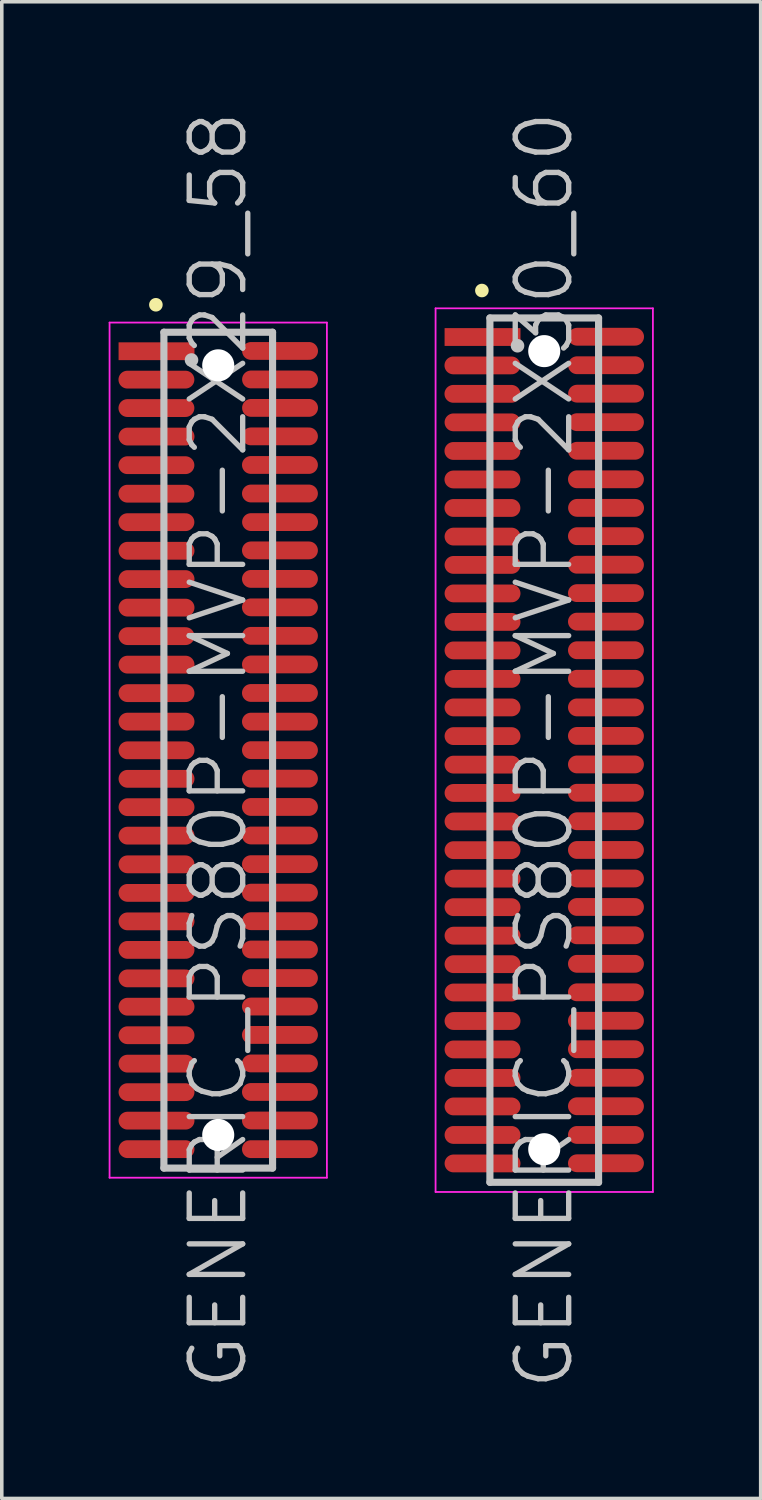
<source format=kicad_pcb>
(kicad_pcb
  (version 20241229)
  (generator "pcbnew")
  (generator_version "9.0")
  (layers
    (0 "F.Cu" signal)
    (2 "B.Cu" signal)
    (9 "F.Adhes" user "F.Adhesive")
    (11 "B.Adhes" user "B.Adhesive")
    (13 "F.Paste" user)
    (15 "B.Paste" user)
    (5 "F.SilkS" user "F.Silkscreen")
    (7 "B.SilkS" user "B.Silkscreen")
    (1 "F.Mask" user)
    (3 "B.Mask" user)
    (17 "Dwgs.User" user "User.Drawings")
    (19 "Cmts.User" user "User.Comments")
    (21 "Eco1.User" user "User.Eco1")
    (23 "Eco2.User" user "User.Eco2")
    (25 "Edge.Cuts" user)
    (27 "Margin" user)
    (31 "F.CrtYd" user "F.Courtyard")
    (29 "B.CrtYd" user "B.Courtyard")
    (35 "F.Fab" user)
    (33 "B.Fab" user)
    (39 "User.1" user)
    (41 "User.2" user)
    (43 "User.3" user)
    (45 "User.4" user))
  (footprint "GENERIC_PS80P-MVP-2X30_60"
    (layer "F.Cu")
    (at 12.225 18.004)
    (property "Reference" "GENERIC_PS80P-MVP-2X30_60" (at 0 0 90) (layer "Dwgs.User") (effects (font (size 1.5 1.5) (thickness 0.15))))
    (attr smd)
    (fp_line (start -1.75 -12.9) (end -1.75 -12.9) (stroke (width 0.381) (type solid)) (layer "F.SilkS"))
    (fp_line (start -1.525 -12.13) (end -1.525 12.13) (stroke (width 0.2) (type solid)) (layer "Dwgs.User"))
    (fp_line (start -1.525 -12.13) (end 1.525 -12.13) (stroke (width 0.2) (type solid)) (layer "Dwgs.User"))
    (fp_line (start -1.525 12.13) (end 1.525 12.13) (stroke (width 0.2) (type solid)) (layer "Dwgs.User"))
    (fp_line (start -0.75 -11.35) (end -0.75 -11.35) (stroke (width 0.381) (type solid)) (layer "Dwgs.User"))
    (fp_line (start 1.525 -12.13) (end 1.525 12.13) (stroke (width 0.2) (type solid)) (layer "Dwgs.User"))
    (fp_line (start -3.05 -12.4) (end -3.05 12.4) (stroke (width 0.05) (type solid)) (layer "F.CrtYd"))
    (fp_line (start -3.05 -12.4) (end 3.05 -12.4) (stroke (width 0.05) (type solid)) (layer "F.CrtYd"))
    (fp_line (start -3.05 12.4) (end 3.05 12.4) (stroke (width 0.05) (type solid)) (layer "F.CrtYd"))
    (fp_line (start 3.05 -12.4) (end 3.05 12.4) (stroke (width 0.05) (type solid)) (layer "F.CrtYd"))
    (pad "" np_thru_hole circle (at 0 -11.199 270) (size 0.9 0.9) (drill 0.9) (layers "*.Cu" "*.Mask"))
    (pad "" np_thru_hole circle (at 0 11.201 270) (size 0.9 0.9) (drill 0.9) (layers "*.Cu" "*.Mask"))
    (pad "1" smd rect (at -1.732 -11.595 270) (size 0.5 2.13) (layers "F.Cu" "F.Mask" "F.Paste"))
    (pad "2" smd oval (at 1.735 -11.603 270) (size 0.5 2.13) (layers "F.Cu" "F.Mask" "F.Paste"))
    (pad "3" smd oval (at -1.735 -10.798 270) (size 0.5 2.13) (layers "F.Cu" "F.Mask" "F.Paste"))
    (pad "4" smd oval (at 1.735 -10.803 270) (size 0.5 2.13) (layers "F.Cu" "F.Mask" "F.Paste"))
    (pad "5" smd oval (at -1.735 -10 270) (size 0.5 2.13) (layers "F.Cu" "F.Mask" "F.Paste"))
    (pad "6" smd oval (at 1.735 -10.005 270) (size 0.5 2.13) (layers "F.Cu" "F.Mask" "F.Paste"))
    (pad "7" smd oval (at -1.732 -9.2 270) (size 0.5 2.13) (layers "F.Cu" "F.Mask" "F.Paste"))
    (pad "8" smd oval (at 1.732 -9.205 270) (size 0.5 2.13) (layers "F.Cu" "F.Mask" "F.Paste"))
    (pad "9" smd oval (at -1.735 -8.397 270) (size 0.5 2.13) (layers "F.Cu" "F.Mask" "F.Paste"))
    (pad "10" smd oval (at 1.732 -8.402 270) (size 0.5 2.13) (layers "F.Cu" "F.Mask" "F.Paste"))
    (pad "11" smd oval (at -1.735 -7.597 270) (size 0.5 2.13) (layers "F.Cu" "F.Mask" "F.Paste"))
    (pad "12" smd oval (at 1.732 -7.602 270) (size 0.5 2.13) (layers "F.Cu" "F.Mask" "F.Paste"))
    (pad "13" smd oval (at -1.735 -6.797 270) (size 0.5 2.13) (layers "F.Cu" "F.Mask" "F.Paste"))
    (pad "14" smd oval (at 1.735 -6.8 270) (size 0.5 2.13) (layers "F.Cu" "F.Mask" "F.Paste"))
    (pad "15" smd oval (at -1.732 -5.994 270) (size 0.5 2.13) (layers "F.Cu" "F.Mask" "F.Paste"))
    (pad "16" smd oval (at 1.732 -6.005 270) (size 0.5 2.13) (layers "F.Cu" "F.Mask" "F.Paste"))
    (pad "17" smd oval (at -1.732 -5.199 270) (size 0.5 2.13) (layers "F.Cu" "F.Mask" "F.Paste"))
    (pad "18" smd oval (at 1.732 -5.204 270) (size 0.5 2.13) (layers "F.Cu" "F.Mask" "F.Paste"))
    (pad "19" smd oval (at -1.732 -4.399 270) (size 0.5 2.13) (layers "F.Cu" "F.Mask" "F.Paste"))
    (pad "20" smd oval (at 1.732 -4.407 270) (size 0.5 2.13) (layers "F.Cu" "F.Mask" "F.Paste"))
    (pad "21" smd oval (at -1.732 -3.599 270) (size 0.5 2.13) (layers "F.Cu" "F.Mask" "F.Paste"))
    (pad "22" smd oval (at 1.732 -3.607 270) (size 0.5 2.13) (layers "F.Cu" "F.Mask" "F.Paste"))
    (pad "23" smd oval (at -1.732 -2.799 270) (size 0.5 2.13) (layers "F.Cu" "F.Mask" "F.Paste"))
    (pad "24" smd oval (at 1.732 -2.804 270) (size 0.5 2.13) (layers "F.Cu" "F.Mask" "F.Paste"))
    (pad "25" smd oval (at -1.732 -1.999 270) (size 0.5 2.13) (layers "F.Cu" "F.Mask" "F.Paste"))
    (pad "26" smd oval (at 1.732 -2.004 270) (size 0.5 2.13) (layers "F.Cu" "F.Mask" "F.Paste"))
    (pad "27" smd oval (at -1.732 -1.199 270) (size 0.5 2.13) (layers "F.Cu" "F.Mask" "F.Paste"))
    (pad "28" smd oval (at 1.732 -1.199 270) (size 0.5 2.13) (layers "F.Cu" "F.Mask" "F.Paste"))
    (pad "29" smd oval (at -1.732 -0.394 270) (size 0.5 2.13) (layers "F.Cu" "F.Mask" "F.Paste"))
    (pad "30" smd oval (at 1.732 -0.399 270) (size 0.5 2.13) (layers "F.Cu" "F.Mask" "F.Paste"))
    (pad "31" smd oval (at -1.732 0.406 270) (size 0.5 2.13) (layers "F.Cu" "F.Mask" "F.Paste"))
    (pad "32" smd oval (at 1.732 0.401 270) (size 0.5 2.13) (layers "F.Cu" "F.Mask" "F.Paste"))
    (pad "33" smd oval (at -1.732 1.201 270) (size 0.5 2.13) (layers "F.Cu" "F.Mask" "F.Paste"))
    (pad "34" smd oval (at 1.732 1.196 270) (size 0.5 2.13) (layers "F.Cu" "F.Mask" "F.Paste"))
    (pad "35" smd oval (at -1.732 2.002 270) (size 0.5 2.13) (layers "F.Cu" "F.Mask" "F.Paste"))
    (pad "36" smd oval (at 1.732 1.996 270) (size 0.5 2.13) (layers "F.Cu" "F.Mask" "F.Paste"))
    (pad "37" smd oval (at -1.732 2.807 270) (size 0.5 2.13) (layers "F.Cu" "F.Mask" "F.Paste"))
    (pad "38" smd oval (at 1.732 2.802 270) (size 0.5 2.13) (layers "F.Cu" "F.Mask" "F.Paste"))
    (pad "39" smd oval (at -1.732 3.607 270) (size 0.5 2.13) (layers "F.Cu" "F.Mask" "F.Paste"))
    (pad "40" smd oval (at 1.732 3.602 270) (size 0.5 2.13) (layers "F.Cu" "F.Mask" "F.Paste"))
    (pad "41" smd oval (at -1.732 4.407 270) (size 0.5 2.13) (layers "F.Cu" "F.Mask" "F.Paste"))
    (pad "42" smd oval (at 1.732 4.402 270) (size 0.5 2.13) (layers "F.Cu" "F.Mask" "F.Paste"))
    (pad "43" smd oval (at -1.732 5.207 270) (size 0.5 2.13) (layers "F.Cu" "F.Mask" "F.Paste"))
    (pad "44" smd oval (at 1.732 5.197 270) (size 0.5 2.13) (layers "F.Cu" "F.Mask" "F.Paste"))
    (pad "45" smd oval (at -1.732 6.007 270) (size 0.5 2.13) (layers "F.Cu" "F.Mask" "F.Paste"))
    (pad "46" smd oval (at 1.732 5.997 270) (size 0.5 2.13) (layers "F.Cu" "F.Mask" "F.Paste"))
    (pad "47" smd oval (at -1.732 6.802 270) (size 0.5 2.13) (layers "F.Cu" "F.Mask" "F.Paste"))
    (pad "48" smd oval (at 1.732 6.797 270) (size 0.5 2.13) (layers "F.Cu" "F.Mask" "F.Paste"))
    (pad "49" smd oval (at -1.732 7.602 270) (size 0.5 2.13) (layers "F.Cu" "F.Mask" "F.Paste"))
    (pad "50" smd oval (at 1.732 7.595 270) (size 0.5 2.13) (layers "F.Cu" "F.Mask" "F.Paste"))
    (pad "51" smd oval (at -1.732 8.4 270) (size 0.5 2.13) (layers "F.Cu" "F.Mask" "F.Paste"))
    (pad "52" smd oval (at 1.732 8.395 270) (size 0.5 2.13) (layers "F.Cu" "F.Mask" "F.Paste"))
    (pad "53" smd oval (at -1.732 9.2 270) (size 0.5 2.13) (layers "F.Cu" "F.Mask" "F.Paste"))
    (pad "54" smd oval (at 1.732 9.195 270) (size 0.5 2.13) (layers "F.Cu" "F.Mask" "F.Paste"))
    (pad "55" smd oval (at -1.732 10 270) (size 0.5 2.13) (layers "F.Cu" "F.Mask" "F.Paste"))
    (pad "56" smd oval (at 1.732 9.995 270) (size 0.5 2.13) (layers "F.Cu" "F.Mask" "F.Paste"))
    (pad "57" smd oval (at -1.732 10.8 270) (size 0.5 2.13) (layers "F.Cu" "F.Mask" "F.Paste"))
    (pad "58" smd oval (at 1.732 10.8 270) (size 0.5 2.13) (layers "F.Cu" "F.Mask" "F.Paste"))
    (pad "59" smd oval (at -1.732 11.6 270) (size 0.5 2.13) (layers "F.Cu" "F.Mask" "F.Paste"))
    (pad "60" smd oval (at 1.732 11.595 270) (size 0.5 2.13) (layers "F.Cu" "F.Mask" "F.Paste")))
  (footprint "GENERIC_PS80P-MVP-2X29_58"
    (layer "F.Cu")
    (at 3.075 18.004)
    (property "Reference" "GENERIC_PS80P-MVP-2X29_58" (at 0 0 90) (layer "Dwgs.User") (effects (font (size 1.5 1.5) (thickness 0.15))))
    (attr smd)
    (fp_line (start -1.75 -12.5) (end -1.75 -12.5) (stroke (width 0.381) (type solid)) (layer "F.SilkS"))
    (fp_line (start -1.525 -11.73) (end -1.525 11.73) (stroke (width 0.2) (type solid)) (layer "Dwgs.User"))
    (fp_line (start -1.525 -11.73) (end 1.525 -11.73) (stroke (width 0.2) (type solid)) (layer "Dwgs.User"))
    (fp_line (start -1.525 11.73) (end 1.525 11.73) (stroke (width 0.2) (type solid)) (layer "Dwgs.User"))
    (fp_line (start -0.75 -10.95) (end -0.75 -10.95) (stroke (width 0.381) (type solid)) (layer "Dwgs.User"))
    (fp_line (start 1.525 -11.73) (end 1.525 11.73) (stroke (width 0.2) (type solid)) (layer "Dwgs.User"))
    (fp_line (start -3.05 -12) (end -3.05 12) (stroke (width 0.05) (type solid)) (layer "F.CrtYd"))
    (fp_line (start -3.05 -12) (end 3.05 -12) (stroke (width 0.05) (type solid)) (layer "F.CrtYd"))
    (fp_line (start -3.05 12) (end 3.05 12) (stroke (width 0.05) (type solid)) (layer "F.CrtYd"))
    (fp_line (start 3.05 -12) (end 3.05 12) (stroke (width 0.05) (type solid)) (layer "F.CrtYd"))
    (pad "" np_thru_hole circle (at 0 -10.8 270) (size 0.9 0.9) (drill 0.9) (layers "*.Cu" "*.Mask"))
    (pad "" np_thru_hole circle (at 0 10.8 270) (size 0.9 0.9) (drill 0.9) (layers "*.Cu" "*.Mask"))
    (pad "1" smd rect (at -1.732 -11.196 270) (size 0.5 2.13) (layers "F.Cu" "F.Mask" "F.Paste"))
    (pad "2" smd oval (at 1.735 -11.204 270) (size 0.5 2.13) (layers "F.Cu" "F.Mask" "F.Paste"))
    (pad "3" smd oval (at -1.735 -10.399 270) (size 0.5 2.13) (layers "F.Cu" "F.Mask" "F.Paste"))
    (pad "4" smd oval (at 1.735 -10.404 270) (size 0.5 2.13) (layers "F.Cu" "F.Mask" "F.Paste"))
    (pad "5" smd oval (at -1.735 -9.601 270) (size 0.5 2.13) (layers "F.Cu" "F.Mask" "F.Paste"))
    (pad "6" smd oval (at 1.735 -9.606 270) (size 0.5 2.13) (layers "F.Cu" "F.Mask" "F.Paste"))
    (pad "7" smd oval (at -1.732 -8.801 270) (size 0.5 2.13) (layers "F.Cu" "F.Mask" "F.Paste"))
    (pad "8" smd oval (at 1.732 -8.806 270) (size 0.5 2.13) (layers "F.Cu" "F.Mask" "F.Paste"))
    (pad "9" smd oval (at -1.735 -7.998 270) (size 0.5 2.13) (layers "F.Cu" "F.Mask" "F.Paste"))
    (pad "10" smd oval (at 1.732 -8.004 270) (size 0.5 2.13) (layers "F.Cu" "F.Mask" "F.Paste"))
    (pad "11" smd oval (at -1.735 -7.198 270) (size 0.5 2.13) (layers "F.Cu" "F.Mask" "F.Paste"))
    (pad "12" smd oval (at 1.732 -7.203 270) (size 0.5 2.13) (layers "F.Cu" "F.Mask" "F.Paste"))
    (pad "13" smd oval (at -1.735 -6.398 270) (size 0.5 2.13) (layers "F.Cu" "F.Mask" "F.Paste"))
    (pad "14" smd oval (at 1.735 -6.401 270) (size 0.5 2.13) (layers "F.Cu" "F.Mask" "F.Paste"))
    (pad "15" smd oval (at -1.732 -5.596 270) (size 0.5 2.13) (layers "F.Cu" "F.Mask" "F.Paste"))
    (pad "16" smd oval (at 1.732 -5.606 270) (size 0.5 2.13) (layers "F.Cu" "F.Mask" "F.Paste"))
    (pad "17" smd oval (at -1.732 -4.801 270) (size 0.5 2.13) (layers "F.Cu" "F.Mask" "F.Paste"))
    (pad "18" smd oval (at 1.732 -4.806 270) (size 0.5 2.13) (layers "F.Cu" "F.Mask" "F.Paste"))
    (pad "19" smd oval (at -1.732 -4 270) (size 0.5 2.13) (layers "F.Cu" "F.Mask" "F.Paste"))
    (pad "20" smd oval (at 1.732 -4.008 270) (size 0.5 2.13) (layers "F.Cu" "F.Mask" "F.Paste"))
    (pad "21" smd oval (at -1.732 -3.2 270) (size 0.5 2.13) (layers "F.Cu" "F.Mask" "F.Paste"))
    (pad "22" smd oval (at 1.732 -3.208 270) (size 0.5 2.13) (layers "F.Cu" "F.Mask" "F.Paste"))
    (pad "23" smd oval (at -1.732 -2.4 270) (size 0.5 2.13) (layers "F.Cu" "F.Mask" "F.Paste"))
    (pad "24" smd oval (at 1.732 -2.405 270) (size 0.5 2.13) (layers "F.Cu" "F.Mask" "F.Paste"))
    (pad "25" smd oval (at -1.732 -1.6 270) (size 0.5 2.13) (layers "F.Cu" "F.Mask" "F.Paste"))
    (pad "26" smd oval (at 1.732 -1.605 270) (size 0.5 2.13) (layers "F.Cu" "F.Mask" "F.Paste"))
    (pad "27" smd oval (at -1.732 -0.8 270) (size 0.5 2.13) (layers "F.Cu" "F.Mask" "F.Paste"))
    (pad "28" smd oval (at 1.732 -0.8 270) (size 0.5 2.13) (layers "F.Cu" "F.Mask" "F.Paste"))
    (pad "29" smd oval (at -1.732 0.005 270) (size 0.5 2.13) (layers "F.Cu" "F.Mask" "F.Paste"))
    (pad "30" smd oval (at 1.732 0 270) (size 0.5 2.13) (layers "F.Cu" "F.Mask" "F.Paste"))
    (pad "31" smd oval (at -1.732 0.805 270) (size 0.5 2.13) (layers "F.Cu" "F.Mask" "F.Paste"))
    (pad "32" smd oval (at 1.732 0.8 270) (size 0.5 2.13) (layers "F.Cu" "F.Mask" "F.Paste"))
    (pad "33" smd oval (at -1.732 1.6 270) (size 0.5 2.13) (layers "F.Cu" "F.Mask" "F.Paste"))
    (pad "34" smd oval (at 1.732 1.595 270) (size 0.5 2.13) (layers "F.Cu" "F.Mask" "F.Paste"))
    (pad "35" smd oval (at -1.732 2.4 270) (size 0.5 2.13) (layers "F.Cu" "F.Mask" "F.Paste"))
    (pad "36" smd oval (at 1.732 2.395 270) (size 0.5 2.13) (layers "F.Cu" "F.Mask" "F.Paste"))
    (pad "37" smd oval (at -1.732 3.205 270) (size 0.5 2.13) (layers "F.Cu" "F.Mask" "F.Paste"))
    (pad "38" smd oval (at 1.732 3.2 270) (size 0.5 2.13) (layers "F.Cu" "F.Mask" "F.Paste"))
    (pad "39" smd oval (at -1.732 4.006 270) (size 0.5 2.13) (layers "F.Cu" "F.Mask" "F.Paste"))
    (pad "40" smd oval (at 1.732 4 270) (size 0.5 2.13) (layers "F.Cu" "F.Mask" "F.Paste"))
    (pad "41" smd oval (at -1.732 4.806 270) (size 0.5 2.13) (layers "F.Cu" "F.Mask" "F.Paste"))
    (pad "42" smd oval (at 1.732 4.801 270) (size 0.5 2.13) (layers "F.Cu" "F.Mask" "F.Paste"))
    (pad "43" smd oval (at -1.732 5.606 270) (size 0.5 2.13) (layers "F.Cu" "F.Mask" "F.Paste"))
    (pad "44" smd oval (at 1.732 5.596 270) (size 0.5 2.13) (layers "F.Cu" "F.Mask" "F.Paste"))
    (pad "45" smd oval (at -1.732 6.406 270) (size 0.5 2.13) (layers "F.Cu" "F.Mask" "F.Paste"))
    (pad "46" smd oval (at 1.732 6.396 270) (size 0.5 2.13) (layers "F.Cu" "F.Mask" "F.Paste"))
    (pad "47" smd oval (at -1.732 7.201 270) (size 0.5 2.13) (layers "F.Cu" "F.Mask" "F.Paste"))
    (pad "48" smd oval (at 1.732 7.196 270) (size 0.5 2.13) (layers "F.Cu" "F.Mask" "F.Paste"))
    (pad "49" smd oval (at -1.732 8.001 270) (size 0.5 2.13) (layers "F.Cu" "F.Mask" "F.Paste"))
    (pad "50" smd oval (at 1.732 7.993 270) (size 0.5 2.13) (layers "F.Cu" "F.Mask" "F.Paste"))
    (pad "51" smd oval (at -1.732 8.799 270) (size 0.5 2.13) (layers "F.Cu" "F.Mask" "F.Paste"))
    (pad "52" smd oval (at 1.732 8.793 270) (size 0.5 2.13) (layers "F.Cu" "F.Mask" "F.Paste"))
    (pad "53" smd oval (at -1.732 9.599 270) (size 0.5 2.13) (layers "F.Cu" "F.Mask" "F.Paste"))
    (pad "54" smd oval (at 1.732 9.594 270) (size 0.5 2.13) (layers "F.Cu" "F.Mask" "F.Paste"))
    (pad "55" smd oval (at -1.732 10.399 270) (size 0.5 2.13) (layers "F.Cu" "F.Mask" "F.Paste"))
    (pad "56" smd oval (at 1.732 10.394 270) (size 0.5 2.13) (layers "F.Cu" "F.Mask" "F.Paste"))
    (pad "57" smd oval (at -1.732 11.199 270) (size 0.5 2.13) (layers "F.Cu" "F.Mask" "F.Paste"))
    (pad "58" smd oval (at 1.732 11.199 270) (size 0.5 2.13) (layers "F.Cu" "F.Mask" "F.Paste")))
  (gr_rect
    (start -3 -3)
    (end 18.3 39.007)
    (stroke (width 0.1) (type default))
    (fill no)
    (layer "Edge.Cuts")))
</source>
